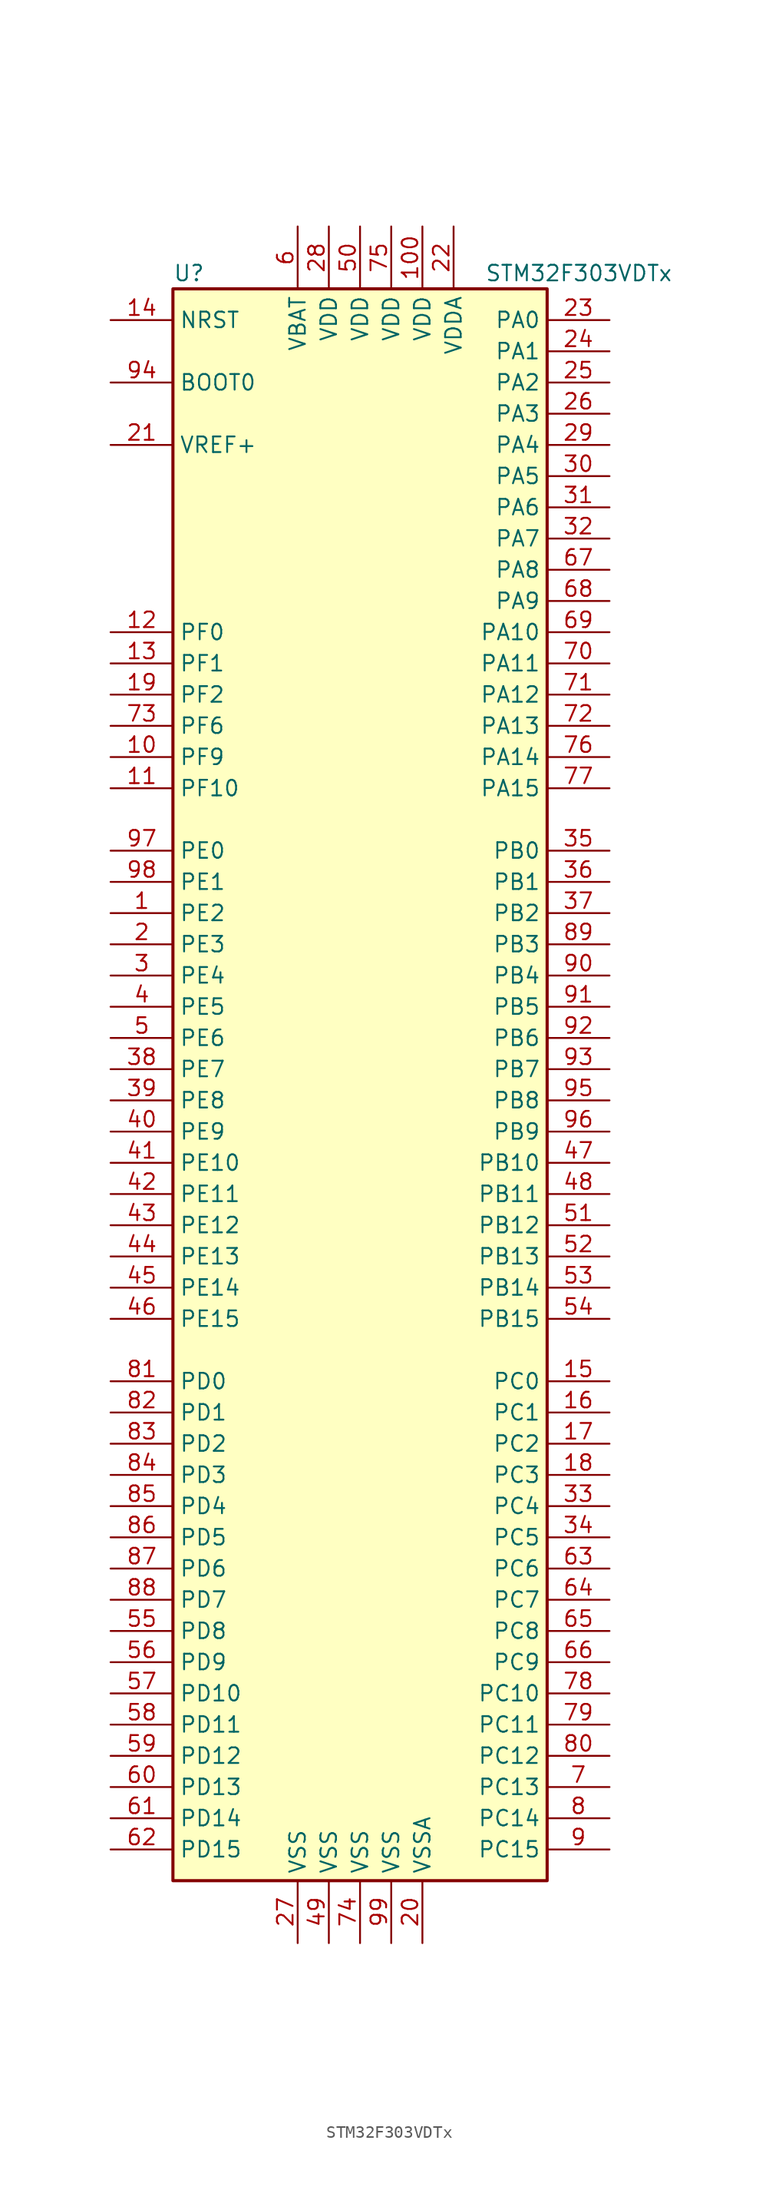
<source format=kicad_sym>
(kicad_symbol_lib
  (version 20201005)
  (generator kicad_symbol_editor)
  (symbol "STM32F303VDTx"
    (property "Reference" "U"
      (at -15.24 64.77 0)
      (effects (font (size 1.27 1.27)) (justify left)))
    (property "Value" "STM32F303VDTx"
      (at 10.16 64.77 0)
      (effects (font (size 1.27 1.27)) (justify left)))
    (symbol "STM32F303VDTx_0_1"
      (rectangle (start -15.24 -66.04) (end 15.24 63.5) (stroke (width 0.254)) (fill (type background))))
    (symbol "STM32F303VDTx_1_1"
      (pin input line (at -20.32 55.88 0) (length 5.08) (name "BOOT0" (effects (font (size 1.27 1.27)))) (number "94" (effects (font (size 1.27 1.27)))))
      (pin input line (at -20.32 60.96 0) (length 5.08) (name "NRST" (effects (font (size 1.27 1.27)))) (number "14" (effects (font (size 1.27 1.27)))))
      (pin bidirectional line (at 20.32 60.96 180) (length 5.08) (name "PA0" (effects (font (size 1.27 1.27)))) (number "23" (effects (font (size 1.27 1.27)))))
      (pin bidirectional line (at 20.32 58.42 180) (length 5.08) (name "PA1" (effects (font (size 1.27 1.27)))) (number "24" (effects (font (size 1.27 1.27)))))
      (pin bidirectional line (at 20.32 35.56 180) (length 5.08) (name "PA10" (effects (font (size 1.27 1.27)))) (number "69" (effects (font (size 1.27 1.27)))))
      (pin bidirectional line (at 20.32 33.02 180) (length 5.08) (name "PA11" (effects (font (size 1.27 1.27)))) (number "70" (effects (font (size 1.27 1.27)))))
      (pin bidirectional line (at 20.32 30.48 180) (length 5.08) (name "PA12" (effects (font (size 1.27 1.27)))) (number "71" (effects (font (size 1.27 1.27)))))
      (pin bidirectional line (at 20.32 27.94 180) (length 5.08) (name "PA13" (effects (font (size 1.27 1.27)))) (number "72" (effects (font (size 1.27 1.27)))))
      (pin bidirectional line (at 20.32 25.4 180) (length 5.08) (name "PA14" (effects (font (size 1.27 1.27)))) (number "76" (effects (font (size 1.27 1.27)))))
      (pin bidirectional line (at 20.32 22.86 180) (length 5.08) (name "PA15" (effects (font (size 1.27 1.27)))) (number "77" (effects (font (size 1.27 1.27)))))
      (pin bidirectional line (at 20.32 55.88 180) (length 5.08) (name "PA2" (effects (font (size 1.27 1.27)))) (number "25" (effects (font (size 1.27 1.27)))))
      (pin bidirectional line (at 20.32 53.34 180) (length 5.08) (name "PA3" (effects (font (size 1.27 1.27)))) (number "26" (effects (font (size 1.27 1.27)))))
      (pin bidirectional line (at 20.32 50.8 180) (length 5.08) (name "PA4" (effects (font (size 1.27 1.27)))) (number "29" (effects (font (size 1.27 1.27)))))
      (pin bidirectional line (at 20.32 48.26 180) (length 5.08) (name "PA5" (effects (font (size 1.27 1.27)))) (number "30" (effects (font (size 1.27 1.27)))))
      (pin bidirectional line (at 20.32 45.72 180) (length 5.08) (name "PA6" (effects (font (size 1.27 1.27)))) (number "31" (effects (font (size 1.27 1.27)))))
      (pin bidirectional line (at 20.32 43.18 180) (length 5.08) (name "PA7" (effects (font (size 1.27 1.27)))) (number "32" (effects (font (size 1.27 1.27)))))
      (pin bidirectional line (at 20.32 40.64 180) (length 5.08) (name "PA8" (effects (font (size 1.27 1.27)))) (number "67" (effects (font (size 1.27 1.27)))))
      (pin bidirectional line (at 20.32 38.1 180) (length 5.08) (name "PA9" (effects (font (size 1.27 1.27)))) (number "68" (effects (font (size 1.27 1.27)))))
      (pin bidirectional line (at 20.32 17.78 180) (length 5.08) (name "PB0" (effects (font (size 1.27 1.27)))) (number "35" (effects (font (size 1.27 1.27)))))
      (pin bidirectional line (at 20.32 15.24 180) (length 5.08) (name "PB1" (effects (font (size 1.27 1.27)))) (number "36" (effects (font (size 1.27 1.27)))))
      (pin bidirectional line (at 20.32 -7.62 180) (length 5.08) (name "PB10" (effects (font (size 1.27 1.27)))) (number "47" (effects (font (size 1.27 1.27)))))
      (pin bidirectional line (at 20.32 -10.16 180) (length 5.08) (name "PB11" (effects (font (size 1.27 1.27)))) (number "48" (effects (font (size 1.27 1.27)))))
      (pin bidirectional line (at 20.32 -12.7 180) (length 5.08) (name "PB12" (effects (font (size 1.27 1.27)))) (number "51" (effects (font (size 1.27 1.27)))))
      (pin bidirectional line (at 20.32 -15.24 180) (length 5.08) (name "PB13" (effects (font (size 1.27 1.27)))) (number "52" (effects (font (size 1.27 1.27)))))
      (pin bidirectional line (at 20.32 -17.78 180) (length 5.08) (name "PB14" (effects (font (size 1.27 1.27)))) (number "53" (effects (font (size 1.27 1.27)))))
      (pin bidirectional line (at 20.32 -20.32 180) (length 5.08) (name "PB15" (effects (font (size 1.27 1.27)))) (number "54" (effects (font (size 1.27 1.27)))))
      (pin bidirectional line (at 20.32 12.7 180) (length 5.08) (name "PB2" (effects (font (size 1.27 1.27)))) (number "37" (effects (font (size 1.27 1.27)))))
      (pin bidirectional line (at 20.32 10.16 180) (length 5.08) (name "PB3" (effects (font (size 1.27 1.27)))) (number "89" (effects (font (size 1.27 1.27)))))
      (pin bidirectional line (at 20.32 7.62 180) (length 5.08) (name "PB4" (effects (font (size 1.27 1.27)))) (number "90" (effects (font (size 1.27 1.27)))))
      (pin bidirectional line (at 20.32 5.08 180) (length 5.08) (name "PB5" (effects (font (size 1.27 1.27)))) (number "91" (effects (font (size 1.27 1.27)))))
      (pin bidirectional line (at 20.32 2.54 180) (length 5.08) (name "PB6" (effects (font (size 1.27 1.27)))) (number "92" (effects (font (size 1.27 1.27)))))
      (pin bidirectional line (at 20.32 0 180) (length 5.08) (name "PB7" (effects (font (size 1.27 1.27)))) (number "93" (effects (font (size 1.27 1.27)))))
      (pin bidirectional line (at 20.32 -2.54 180) (length 5.08) (name "PB8" (effects (font (size 1.27 1.27)))) (number "95" (effects (font (size 1.27 1.27)))))
      (pin bidirectional line (at 20.32 -5.08 180) (length 5.08) (name "PB9" (effects (font (size 1.27 1.27)))) (number "96" (effects (font (size 1.27 1.27)))))
      (pin bidirectional line (at 20.32 -25.4 180) (length 5.08) (name "PC0" (effects (font (size 1.27 1.27)))) (number "15" (effects (font (size 1.27 1.27)))))
      (pin bidirectional line (at 20.32 -27.94 180) (length 5.08) (name "PC1" (effects (font (size 1.27 1.27)))) (number "16" (effects (font (size 1.27 1.27)))))
      (pin bidirectional line (at 20.32 -50.8 180) (length 5.08) (name "PC10" (effects (font (size 1.27 1.27)))) (number "78" (effects (font (size 1.27 1.27)))))
      (pin bidirectional line (at 20.32 -53.34 180) (length 5.08) (name "PC11" (effects (font (size 1.27 1.27)))) (number "79" (effects (font (size 1.27 1.27)))))
      (pin bidirectional line (at 20.32 -55.88 180) (length 5.08) (name "PC12" (effects (font (size 1.27 1.27)))) (number "80" (effects (font (size 1.27 1.27)))))
      (pin bidirectional line (at 20.32 -58.42 180) (length 5.08) (name "PC13" (effects (font (size 1.27 1.27)))) (number "7" (effects (font (size 1.27 1.27)))))
      (pin bidirectional line (at 20.32 -60.96 180) (length 5.08) (name "PC14" (effects (font (size 1.27 1.27)))) (number "8" (effects (font (size 1.27 1.27)))))
      (pin bidirectional line (at 20.32 -63.5 180) (length 5.08) (name "PC15" (effects (font (size 1.27 1.27)))) (number "9" (effects (font (size 1.27 1.27)))))
      (pin bidirectional line (at 20.32 -30.48 180) (length 5.08) (name "PC2" (effects (font (size 1.27 1.27)))) (number "17" (effects (font (size 1.27 1.27)))))
      (pin bidirectional line (at 20.32 -33.02 180) (length 5.08) (name "PC3" (effects (font (size 1.27 1.27)))) (number "18" (effects (font (size 1.27 1.27)))))
      (pin bidirectional line (at 20.32 -35.56 180) (length 5.08) (name "PC4" (effects (font (size 1.27 1.27)))) (number "33" (effects (font (size 1.27 1.27)))))
      (pin bidirectional line (at 20.32 -38.1 180) (length 5.08) (name "PC5" (effects (font (size 1.27 1.27)))) (number "34" (effects (font (size 1.27 1.27)))))
      (pin bidirectional line (at 20.32 -40.64 180) (length 5.08) (name "PC6" (effects (font (size 1.27 1.27)))) (number "63" (effects (font (size 1.27 1.27)))))
      (pin bidirectional line (at 20.32 -43.18 180) (length 5.08) (name "PC7" (effects (font (size 1.27 1.27)))) (number "64" (effects (font (size 1.27 1.27)))))
      (pin bidirectional line (at 20.32 -45.72 180) (length 5.08) (name "PC8" (effects (font (size 1.27 1.27)))) (number "65" (effects (font (size 1.27 1.27)))))
      (pin bidirectional line (at 20.32 -48.26 180) (length 5.08) (name "PC9" (effects (font (size 1.27 1.27)))) (number "66" (effects (font (size 1.27 1.27)))))
      (pin bidirectional line (at -20.32 -25.4 0) (length 5.08) (name "PD0" (effects (font (size 1.27 1.27)))) (number "81" (effects (font (size 1.27 1.27)))))
      (pin bidirectional line (at -20.32 -27.94 0) (length 5.08) (name "PD1" (effects (font (size 1.27 1.27)))) (number "82" (effects (font (size 1.27 1.27)))))
      (pin bidirectional line (at -20.32 -50.8 0) (length 5.08) (name "PD10" (effects (font (size 1.27 1.27)))) (number "57" (effects (font (size 1.27 1.27)))))
      (pin bidirectional line (at -20.32 -53.34 0) (length 5.08) (name "PD11" (effects (font (size 1.27 1.27)))) (number "58" (effects (font (size 1.27 1.27)))))
      (pin bidirectional line (at -20.32 -55.88 0) (length 5.08) (name "PD12" (effects (font (size 1.27 1.27)))) (number "59" (effects (font (size 1.27 1.27)))))
      (pin bidirectional line (at -20.32 -58.42 0) (length 5.08) (name "PD13" (effects (font (size 1.27 1.27)))) (number "60" (effects (font (size 1.27 1.27)))))
      (pin bidirectional line (at -20.32 -60.96 0) (length 5.08) (name "PD14" (effects (font (size 1.27 1.27)))) (number "61" (effects (font (size 1.27 1.27)))))
      (pin bidirectional line (at -20.32 -63.5 0) (length 5.08) (name "PD15" (effects (font (size 1.27 1.27)))) (number "62" (effects (font (size 1.27 1.27)))))
      (pin bidirectional line (at -20.32 -30.48 0) (length 5.08) (name "PD2" (effects (font (size 1.27 1.27)))) (number "83" (effects (font (size 1.27 1.27)))))
      (pin bidirectional line (at -20.32 -33.02 0) (length 5.08) (name "PD3" (effects (font (size 1.27 1.27)))) (number "84" (effects (font (size 1.27 1.27)))))
      (pin bidirectional line (at -20.32 -35.56 0) (length 5.08) (name "PD4" (effects (font (size 1.27 1.27)))) (number "85" (effects (font (size 1.27 1.27)))))
      (pin bidirectional line (at -20.32 -38.1 0) (length 5.08) (name "PD5" (effects (font (size 1.27 1.27)))) (number "86" (effects (font (size 1.27 1.27)))))
      (pin bidirectional line (at -20.32 -40.64 0) (length 5.08) (name "PD6" (effects (font (size 1.27 1.27)))) (number "87" (effects (font (size 1.27 1.27)))))
      (pin bidirectional line (at -20.32 -43.18 0) (length 5.08) (name "PD7" (effects (font (size 1.27 1.27)))) (number "88" (effects (font (size 1.27 1.27)))))
      (pin bidirectional line (at -20.32 -45.72 0) (length 5.08) (name "PD8" (effects (font (size 1.27 1.27)))) (number "55" (effects (font (size 1.27 1.27)))))
      (pin bidirectional line (at -20.32 -48.26 0) (length 5.08) (name "PD9" (effects (font (size 1.27 1.27)))) (number "56" (effects (font (size 1.27 1.27)))))
      (pin bidirectional line (at -20.32 17.78 0) (length 5.08) (name "PE0" (effects (font (size 1.27 1.27)))) (number "97" (effects (font (size 1.27 1.27)))))
      (pin bidirectional line (at -20.32 15.24 0) (length 5.08) (name "PE1" (effects (font (size 1.27 1.27)))) (number "98" (effects (font (size 1.27 1.27)))))
      (pin bidirectional line (at -20.32 -7.62 0) (length 5.08) (name "PE10" (effects (font (size 1.27 1.27)))) (number "41" (effects (font (size 1.27 1.27)))))
      (pin bidirectional line (at -20.32 -10.16 0) (length 5.08) (name "PE11" (effects (font (size 1.27 1.27)))) (number "42" (effects (font (size 1.27 1.27)))))
      (pin bidirectional line (at -20.32 -12.7 0) (length 5.08) (name "PE12" (effects (font (size 1.27 1.27)))) (number "43" (effects (font (size 1.27 1.27)))))
      (pin bidirectional line (at -20.32 -15.24 0) (length 5.08) (name "PE13" (effects (font (size 1.27 1.27)))) (number "44" (effects (font (size 1.27 1.27)))))
      (pin bidirectional line (at -20.32 -17.78 0) (length 5.08) (name "PE14" (effects (font (size 1.27 1.27)))) (number "45" (effects (font (size 1.27 1.27)))))
      (pin bidirectional line (at -20.32 -20.32 0) (length 5.08) (name "PE15" (effects (font (size 1.27 1.27)))) (number "46" (effects (font (size 1.27 1.27)))))
      (pin bidirectional line (at -20.32 12.7 0) (length 5.08) (name "PE2" (effects (font (size 1.27 1.27)))) (number "1" (effects (font (size 1.27 1.27)))))
      (pin bidirectional line (at -20.32 10.16 0) (length 5.08) (name "PE3" (effects (font (size 1.27 1.27)))) (number "2" (effects (font (size 1.27 1.27)))))
      (pin bidirectional line (at -20.32 7.62 0) (length 5.08) (name "PE4" (effects (font (size 1.27 1.27)))) (number "3" (effects (font (size 1.27 1.27)))))
      (pin bidirectional line (at -20.32 5.08 0) (length 5.08) (name "PE5" (effects (font (size 1.27 1.27)))) (number "4" (effects (font (size 1.27 1.27)))))
      (pin bidirectional line (at -20.32 2.54 0) (length 5.08) (name "PE6" (effects (font (size 1.27 1.27)))) (number "5" (effects (font (size 1.27 1.27)))))
      (pin bidirectional line (at -20.32 0 0) (length 5.08) (name "PE7" (effects (font (size 1.27 1.27)))) (number "38" (effects (font (size 1.27 1.27)))))
      (pin bidirectional line (at -20.32 -2.54 0) (length 5.08) (name "PE8" (effects (font (size 1.27 1.27)))) (number "39" (effects (font (size 1.27 1.27)))))
      (pin bidirectional line (at -20.32 -5.08 0) (length 5.08) (name "PE9" (effects (font (size 1.27 1.27)))) (number "40" (effects (font (size 1.27 1.27)))))
      (pin input line (at -20.32 35.56 0) (length 5.08) (name "PF0" (effects (font (size 1.27 1.27)))) (number "12" (effects (font (size 1.27 1.27)))))
      (pin input line (at -20.32 33.02 0) (length 5.08) (name "PF1" (effects (font (size 1.27 1.27)))) (number "13" (effects (font (size 1.27 1.27)))))
      (pin bidirectional line (at -20.32 22.86 0) (length 5.08) (name "PF10" (effects (font (size 1.27 1.27)))) (number "11" (effects (font (size 1.27 1.27)))))
      (pin bidirectional line (at -20.32 30.48 0) (length 5.08) (name "PF2" (effects (font (size 1.27 1.27)))) (number "19" (effects (font (size 1.27 1.27)))))
      (pin bidirectional line (at -20.32 27.94 0) (length 5.08) (name "PF6" (effects (font (size 1.27 1.27)))) (number "73" (effects (font (size 1.27 1.27)))))
      (pin bidirectional line (at -20.32 25.4 0) (length 5.08) (name "PF9" (effects (font (size 1.27 1.27)))) (number "10" (effects (font (size 1.27 1.27)))))
      (pin power_in line (at -5.08 68.58 270) (length 5.08) (name "VBAT" (effects (font (size 1.27 1.27)))) (number "6" (effects (font (size 1.27 1.27)))))
      (pin power_in line (at 5.08 68.58 270) (length 5.08) (name "VDD" (effects (font (size 1.27 1.27)))) (number "100" (effects (font (size 1.27 1.27)))))
      (pin power_in line (at -2.54 68.58 270) (length 5.08) (name "VDD" (effects (font (size 1.27 1.27)))) (number "28" (effects (font (size 1.27 1.27)))))
      (pin power_in line (at 0 68.58 270) (length 5.08) (name "VDD" (effects (font (size 1.27 1.27)))) (number "50" (effects (font (size 1.27 1.27)))))
      (pin power_in line (at 2.54 68.58 270) (length 5.08) (name "VDD" (effects (font (size 1.27 1.27)))) (number "75" (effects (font (size 1.27 1.27)))))
      (pin power_in line (at 7.62 68.58 270) (length 5.08) (name "VDDA" (effects (font (size 1.27 1.27)))) (number "22" (effects (font (size 1.27 1.27)))))
      (pin power_in line (at -20.32 50.8 0) (length 5.08) (name "VREF+" (effects (font (size 1.27 1.27)))) (number "21" (effects (font (size 1.27 1.27)))))
      (pin power_in line (at -5.08 -71.12 90) (length 5.08) (name "VSS" (effects (font (size 1.27 1.27)))) (number "27" (effects (font (size 1.27 1.27)))))
      (pin power_in line (at -2.54 -71.12 90) (length 5.08) (name "VSS" (effects (font (size 1.27 1.27)))) (number "49" (effects (font (size 1.27 1.27)))))
      (pin power_in line (at 0 -71.12 90) (length 5.08) (name "VSS" (effects (font (size 1.27 1.27)))) (number "74" (effects (font (size 1.27 1.27)))))
      (pin power_in line (at 2.54 -71.12 90) (length 5.08) (name "VSS" (effects (font (size 1.27 1.27)))) (number "99" (effects (font (size 1.27 1.27)))))
      (pin power_in line (at 5.08 -71.12 90) (length 5.08) (name "VSSA" (effects (font (size 1.27 1.27)))) (number "20" (effects (font (size 1.27 1.27))))))))
</source>
